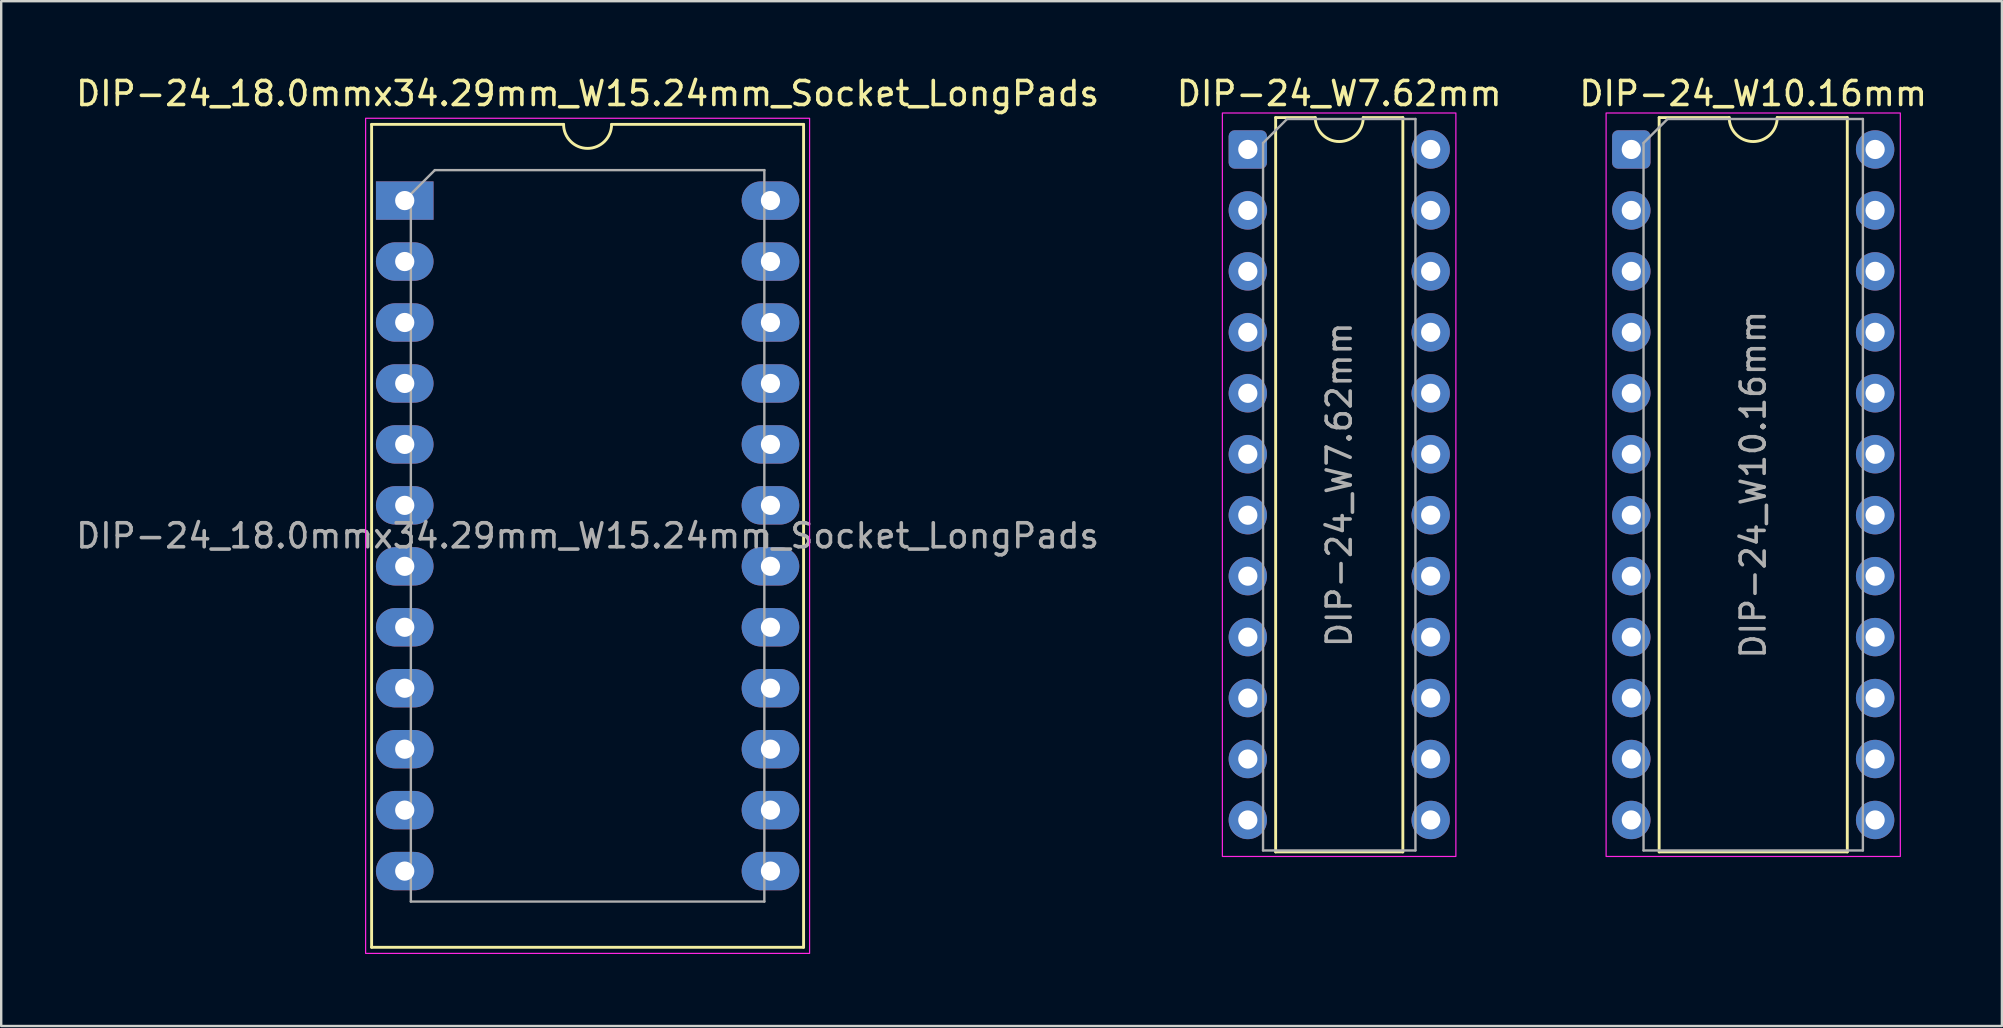
<source format=kicad_pcb>
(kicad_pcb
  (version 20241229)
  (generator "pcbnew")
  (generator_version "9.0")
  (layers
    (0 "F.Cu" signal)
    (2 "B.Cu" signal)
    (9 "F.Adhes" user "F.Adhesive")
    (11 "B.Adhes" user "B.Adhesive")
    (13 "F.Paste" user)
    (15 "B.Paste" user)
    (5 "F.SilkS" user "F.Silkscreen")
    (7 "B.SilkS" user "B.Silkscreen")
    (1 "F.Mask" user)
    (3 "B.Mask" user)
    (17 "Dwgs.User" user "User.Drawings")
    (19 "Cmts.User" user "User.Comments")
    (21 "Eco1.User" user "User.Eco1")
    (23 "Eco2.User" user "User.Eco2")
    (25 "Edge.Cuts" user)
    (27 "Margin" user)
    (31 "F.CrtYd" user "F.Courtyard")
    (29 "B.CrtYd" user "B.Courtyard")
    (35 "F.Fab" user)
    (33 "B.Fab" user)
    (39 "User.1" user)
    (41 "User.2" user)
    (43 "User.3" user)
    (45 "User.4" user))
  (footprint "DIP-24_18.0mmx34.29mm_W15.24mm_Socket_LongPads"
    (layer "F.Cu")
    (at 13.815 5.308)
    (property "Reference" "DIP-24_18.0mmx34.29mm_W15.24mm_Socket_LongPads" (at 7.62 -4.46 0) (layer "F.SilkS") (effects (font (size 1 1) (thickness 0.15))))
    (attr through_hole)
    (fp_line (start -1.38 -3.175) (end -1.38 31.115) (stroke (width 0.12) (type solid)) (layer "F.SilkS"))
    (fp_line (start -1.38 31.115) (end 16.62 31.115) (stroke (width 0.12) (type solid)) (layer "F.SilkS"))
    (fp_line (start 6.62 -3.175) (end -1.38 -3.175) (stroke (width 0.12) (type solid)) (layer "F.SilkS"))
    (fp_line (start 16.62 -3.175) (end 8.62 -3.175) (stroke (width 0.12) (type solid)) (layer "F.SilkS"))
    (fp_line (start 16.62 31.115) (end 16.62 -3.175) (stroke (width 0.12) (type solid)) (layer "F.SilkS"))
    (fp_arc (start 8.62 -3.175) (mid 7.62 -2.175) (end 6.62 -3.175) (stroke (width 0.12) (type solid)) (layer "F.SilkS"))
    (fp_rect (start -1.63 -3.43) (end 16.87 31.37) (stroke (width 0.05) (type default)) (fill no) (layer "F.CrtYd"))
    (fp_line (start 0.255 -0.27) (end 1.255 -1.27) (stroke (width 0.1) (type solid)) (layer "F.Fab"))
    (fp_line (start 0.255 29.21) (end 0.255 -0.27) (stroke (width 0.1) (type solid)) (layer "F.Fab"))
    (fp_line (start 1.255 -1.27) (end 14.985 -1.27) (stroke (width 0.1) (type solid)) (layer "F.Fab"))
    (fp_line (start 14.985 -1.27) (end 14.985 29.21) (stroke (width 0.1) (type solid)) (layer "F.Fab"))
    (fp_line (start 14.985 29.21) (end 0.255 29.21) (stroke (width 0.1) (type solid)) (layer "F.Fab"))
    (fp_text user "${REFERENCE}" (at 7.62 13.97 0) (layer "F.Fab") (effects (font (size 1 1) (thickness 0.15))))
    (pad "1" thru_hole rect (at 0 0) (size 2.4 1.6) (drill 0.8) (layers "*.Cu" "*.Mask"))
    (pad "2" thru_hole oval (at 0 2.54) (size 2.4 1.6) (drill 0.8) (layers "*.Cu" "*.Mask"))
    (pad "3" thru_hole oval (at 0 5.08) (size 2.4 1.6) (drill 0.8) (layers "*.Cu" "*.Mask"))
    (pad "4" thru_hole oval (at 0 7.62) (size 2.4 1.6) (drill 0.8) (layers "*.Cu" "*.Mask"))
    (pad "5" thru_hole oval (at 0 10.16) (size 2.4 1.6) (drill 0.8) (layers "*.Cu" "*.Mask"))
    (pad "6" thru_hole oval (at 0 12.7) (size 2.4 1.6) (drill 0.8) (layers "*.Cu" "*.Mask"))
    (pad "7" thru_hole oval (at 0 15.24) (size 2.4 1.6) (drill 0.8) (layers "*.Cu" "*.Mask"))
    (pad "8" thru_hole oval (at 0 17.78) (size 2.4 1.6) (drill 0.8) (layers "*.Cu" "*.Mask"))
    (pad "9" thru_hole oval (at 0 20.32) (size 2.4 1.6) (drill 0.8) (layers "*.Cu" "*.Mask"))
    (pad "10" thru_hole oval (at 0 22.86) (size 2.4 1.6) (drill 0.8) (layers "*.Cu" "*.Mask"))
    (pad "11" thru_hole oval (at 0 25.4) (size 2.4 1.6) (drill 0.8) (layers "*.Cu" "*.Mask"))
    (pad "12" thru_hole oval (at 0 27.94) (size 2.4 1.6) (drill 0.8) (layers "*.Cu" "*.Mask"))
    (pad "13" thru_hole oval (at 15.24 27.94) (size 2.4 1.6) (drill 0.8) (layers "*.Cu" "*.Mask"))
    (pad "14" thru_hole oval (at 15.24 25.4) (size 2.4 1.6) (drill 0.8) (layers "*.Cu" "*.Mask"))
    (pad "15" thru_hole oval (at 15.24 22.86) (size 2.4 1.6) (drill 0.8) (layers "*.Cu" "*.Mask"))
    (pad "16" thru_hole oval (at 15.24 20.32) (size 2.4 1.6) (drill 0.8) (layers "*.Cu" "*.Mask"))
    (pad "17" thru_hole oval (at 15.24 17.78) (size 2.4 1.6) (drill 0.8) (layers "*.Cu" "*.Mask"))
    (pad "18" thru_hole oval (at 15.24 15.24) (size 2.4 1.6) (drill 0.8) (layers "*.Cu" "*.Mask"))
    (pad "19" thru_hole oval (at 15.24 12.7) (size 2.4 1.6) (drill 0.8) (layers "*.Cu" "*.Mask"))
    (pad "20" thru_hole oval (at 15.24 10.16) (size 2.4 1.6) (drill 0.8) (layers "*.Cu" "*.Mask"))
    (pad "21" thru_hole oval (at 15.24 7.62) (size 2.4 1.6) (drill 0.8) (layers "*.Cu" "*.Mask"))
    (pad "22" thru_hole oval (at 15.24 5.08) (size 2.4 1.6) (drill 0.8) (layers "*.Cu" "*.Mask"))
    (pad "23" thru_hole oval (at 15.24 2.54) (size 2.4 1.6) (drill 0.8) (layers "*.Cu" "*.Mask"))
    (pad "24" thru_hole oval (at 15.24 0) (size 2.4 1.6) (drill 0.8) (layers "*.Cu" "*.Mask")))
  (footprint "DIP-24_W10.16mm"
    (layer "F.Cu")
    (at 64.926 3.178)
    (property "Reference" "DIP-24_W10.16mm" (at 5.08 -2.33 0) (layer "F.SilkS") (effects (font (size 1 1) (thickness 0.15))))
    (attr through_hole)
    (fp_line (start 1.16 -1.33) (end 1.16 29.27) (stroke (width 0.12) (type solid)) (layer "F.SilkS"))
    (fp_line (start 1.16 29.27) (end 9 29.27) (stroke (width 0.12) (type solid)) (layer "F.SilkS"))
    (fp_line (start 4.08 -1.33) (end 1.16 -1.33) (stroke (width 0.12) (type solid)) (layer "F.SilkS"))
    (fp_line (start 9 -1.33) (end 6.08 -1.33) (stroke (width 0.12) (type solid)) (layer "F.SilkS"))
    (fp_line (start 9 29.27) (end 9 -1.33) (stroke (width 0.12) (type solid)) (layer "F.SilkS"))
    (fp_arc (start 6.08 -1.33) (mid 5.08 -0.33) (end 4.08 -1.33) (stroke (width 0.12) (type solid)) (layer "F.SilkS"))
    (fp_rect (start -1.05 -1.52) (end 11.21 29.46) (stroke (width 0.05) (type solid)) (fill no) (layer "F.CrtYd"))
    (fp_line (start 0.51 -0.27) (end 1.51 -1.27) (stroke (width 0.1) (type solid)) (layer "F.Fab"))
    (fp_line (start 0.51 29.21) (end 0.51 -0.27) (stroke (width 0.1) (type solid)) (layer "F.Fab"))
    (fp_line (start 1.51 -1.27) (end 9.65 -1.27) (stroke (width 0.1) (type solid)) (layer "F.Fab"))
    (fp_line (start 9.65 -1.27) (end 9.65 29.21) (stroke (width 0.1) (type solid)) (layer "F.Fab"))
    (fp_line (start 9.65 29.21) (end 0.51 29.21) (stroke (width 0.1) (type solid)) (layer "F.Fab"))
    (fp_text user "${REFERENCE}" (at 5.08 13.97 90) (layer "F.Fab") (effects (font (size 1 1) (thickness 0.15))))
    (pad "1" thru_hole roundrect (at 0 0) (size 1.6 1.6) (drill 0.8) (layers "*.Cu" "*.Mask") (roundrect_rratio 0.156))
    (pad "2" thru_hole circle (at 0 2.54) (size 1.6 1.6) (drill 0.8) (layers "*.Cu" "*.Mask"))
    (pad "3" thru_hole circle (at 0 5.08) (size 1.6 1.6) (drill 0.8) (layers "*.Cu" "*.Mask"))
    (pad "4" thru_hole circle (at 0 7.62) (size 1.6 1.6) (drill 0.8) (layers "*.Cu" "*.Mask"))
    (pad "5" thru_hole circle (at 0 10.16) (size 1.6 1.6) (drill 0.8) (layers "*.Cu" "*.Mask"))
    (pad "6" thru_hole circle (at 0 12.7) (size 1.6 1.6) (drill 0.8) (layers "*.Cu" "*.Mask"))
    (pad "7" thru_hole circle (at 0 15.24) (size 1.6 1.6) (drill 0.8) (layers "*.Cu" "*.Mask"))
    (pad "8" thru_hole circle (at 0 17.78) (size 1.6 1.6) (drill 0.8) (layers "*.Cu" "*.Mask"))
    (pad "9" thru_hole circle (at 0 20.32) (size 1.6 1.6) (drill 0.8) (layers "*.Cu" "*.Mask"))
    (pad "10" thru_hole circle (at 0 22.86) (size 1.6 1.6) (drill 0.8) (layers "*.Cu" "*.Mask"))
    (pad "11" thru_hole circle (at 0 25.4) (size 1.6 1.6) (drill 0.8) (layers "*.Cu" "*.Mask"))
    (pad "12" thru_hole circle (at 0 27.94) (size 1.6 1.6) (drill 0.8) (layers "*.Cu" "*.Mask"))
    (pad "13" thru_hole circle (at 10.16 27.94) (size 1.6 1.6) (drill 0.8) (layers "*.Cu" "*.Mask"))
    (pad "14" thru_hole circle (at 10.16 25.4) (size 1.6 1.6) (drill 0.8) (layers "*.Cu" "*.Mask"))
    (pad "15" thru_hole circle (at 10.16 22.86) (size 1.6 1.6) (drill 0.8) (layers "*.Cu" "*.Mask"))
    (pad "16" thru_hole circle (at 10.16 20.32) (size 1.6 1.6) (drill 0.8) (layers "*.Cu" "*.Mask"))
    (pad "17" thru_hole circle (at 10.16 17.78) (size 1.6 1.6) (drill 0.8) (layers "*.Cu" "*.Mask"))
    (pad "18" thru_hole circle (at 10.16 15.24) (size 1.6 1.6) (drill 0.8) (layers "*.Cu" "*.Mask"))
    (pad "19" thru_hole circle (at 10.16 12.7) (size 1.6 1.6) (drill 0.8) (layers "*.Cu" "*.Mask"))
    (pad "20" thru_hole circle (at 10.16 10.16) (size 1.6 1.6) (drill 0.8) (layers "*.Cu" "*.Mask"))
    (pad "21" thru_hole circle (at 10.16 7.62) (size 1.6 1.6) (drill 0.8) (layers "*.Cu" "*.Mask"))
    (pad "22" thru_hole circle (at 10.16 5.08) (size 1.6 1.6) (drill 0.8) (layers "*.Cu" "*.Mask"))
    (pad "23" thru_hole circle (at 10.16 2.54) (size 1.6 1.6) (drill 0.8) (layers "*.Cu" "*.Mask"))
    (pad "24" thru_hole circle (at 10.16 0) (size 1.6 1.6) (drill 0.8) (layers "*.Cu" "*.Mask")))
  (footprint "DIP-24_W7.62mm"
    (layer "F.Cu")
    (at 48.946 3.178)
    (property "Reference" "DIP-24_W7.62mm" (at 3.81 -2.33 0) (layer "F.SilkS") (effects (font (size 1 1) (thickness 0.15))))
    (attr through_hole)
    (fp_line (start 1.16 -1.33) (end 1.16 29.27) (stroke (width 0.12) (type solid)) (layer "F.SilkS"))
    (fp_line (start 1.16 29.27) (end 6.46 29.27) (stroke (width 0.12) (type solid)) (layer "F.SilkS"))
    (fp_line (start 2.81 -1.33) (end 1.16 -1.33) (stroke (width 0.12) (type solid)) (layer "F.SilkS"))
    (fp_line (start 6.46 -1.33) (end 4.81 -1.33) (stroke (width 0.12) (type solid)) (layer "F.SilkS"))
    (fp_line (start 6.46 29.27) (end 6.46 -1.33) (stroke (width 0.12) (type solid)) (layer "F.SilkS"))
    (fp_arc (start 4.81 -1.33) (mid 3.81 -0.33) (end 2.81 -1.33) (stroke (width 0.12) (type solid)) (layer "F.SilkS"))
    (fp_rect (start -1.06 -1.52) (end 8.67 29.46) (stroke (width 0.05) (type solid)) (fill no) (layer "F.CrtYd"))
    (fp_line (start 0.635 -0.27) (end 1.635 -1.27) (stroke (width 0.1) (type solid)) (layer "F.Fab"))
    (fp_line (start 0.635 29.21) (end 0.635 -0.27) (stroke (width 0.1) (type solid)) (layer "F.Fab"))
    (fp_line (start 1.635 -1.27) (end 6.985 -1.27) (stroke (width 0.1) (type solid)) (layer "F.Fab"))
    (fp_line (start 6.985 -1.27) (end 6.985 29.21) (stroke (width 0.1) (type solid)) (layer "F.Fab"))
    (fp_line (start 6.985 29.21) (end 0.635 29.21) (stroke (width 0.1) (type solid)) (layer "F.Fab"))
    (fp_text user "${REFERENCE}" (at 3.81 13.97 90) (layer "F.Fab") (effects (font (size 1 1) (thickness 0.15))))
    (pad "1" thru_hole roundrect (at 0 0) (size 1.6 1.6) (drill 0.8) (layers "*.Cu" "*.Mask") (roundrect_rratio 0.156))
    (pad "2" thru_hole circle (at 0 2.54) (size 1.6 1.6) (drill 0.8) (layers "*.Cu" "*.Mask"))
    (pad "3" thru_hole circle (at 0 5.08) (size 1.6 1.6) (drill 0.8) (layers "*.Cu" "*.Mask"))
    (pad "4" thru_hole circle (at 0 7.62) (size 1.6 1.6) (drill 0.8) (layers "*.Cu" "*.Mask"))
    (pad "5" thru_hole circle (at 0 10.16) (size 1.6 1.6) (drill 0.8) (layers "*.Cu" "*.Mask"))
    (pad "6" thru_hole circle (at 0 12.7) (size 1.6 1.6) (drill 0.8) (layers "*.Cu" "*.Mask"))
    (pad "7" thru_hole circle (at 0 15.24) (size 1.6 1.6) (drill 0.8) (layers "*.Cu" "*.Mask"))
    (pad "8" thru_hole circle (at 0 17.78) (size 1.6 1.6) (drill 0.8) (layers "*.Cu" "*.Mask"))
    (pad "9" thru_hole circle (at 0 20.32) (size 1.6 1.6) (drill 0.8) (layers "*.Cu" "*.Mask"))
    (pad "10" thru_hole circle (at 0 22.86) (size 1.6 1.6) (drill 0.8) (layers "*.Cu" "*.Mask"))
    (pad "11" thru_hole circle (at 0 25.4) (size 1.6 1.6) (drill 0.8) (layers "*.Cu" "*.Mask"))
    (pad "12" thru_hole circle (at 0 27.94) (size 1.6 1.6) (drill 0.8) (layers "*.Cu" "*.Mask"))
    (pad "13" thru_hole circle (at 7.62 27.94) (size 1.6 1.6) (drill 0.8) (layers "*.Cu" "*.Mask"))
    (pad "14" thru_hole circle (at 7.62 25.4) (size 1.6 1.6) (drill 0.8) (layers "*.Cu" "*.Mask"))
    (pad "15" thru_hole circle (at 7.62 22.86) (size 1.6 1.6) (drill 0.8) (layers "*.Cu" "*.Mask"))
    (pad "16" thru_hole circle (at 7.62 20.32) (size 1.6 1.6) (drill 0.8) (layers "*.Cu" "*.Mask"))
    (pad "17" thru_hole circle (at 7.62 17.78) (size 1.6 1.6) (drill 0.8) (layers "*.Cu" "*.Mask"))
    (pad "18" thru_hole circle (at 7.62 15.24) (size 1.6 1.6) (drill 0.8) (layers "*.Cu" "*.Mask"))
    (pad "19" thru_hole circle (at 7.62 12.7) (size 1.6 1.6) (drill 0.8) (layers "*.Cu" "*.Mask"))
    (pad "20" thru_hole circle (at 7.62 10.16) (size 1.6 1.6) (drill 0.8) (layers "*.Cu" "*.Mask"))
    (pad "21" thru_hole circle (at 7.62 7.62) (size 1.6 1.6) (drill 0.8) (layers "*.Cu" "*.Mask"))
    (pad "22" thru_hole circle (at 7.62 5.08) (size 1.6 1.6) (drill 0.8) (layers "*.Cu" "*.Mask"))
    (pad "23" thru_hole circle (at 7.62 2.54) (size 1.6 1.6) (drill 0.8) (layers "*.Cu" "*.Mask"))
    (pad "24" thru_hole circle (at 7.62 0) (size 1.6 1.6) (drill 0.8) (layers "*.Cu" "*.Mask")))
  (gr_rect
    (start -3 -3)
    (end 80.369 39.703)
    (stroke (width 0.1) (type default))
    (fill no)
    (layer "Edge.Cuts")))
</source>
